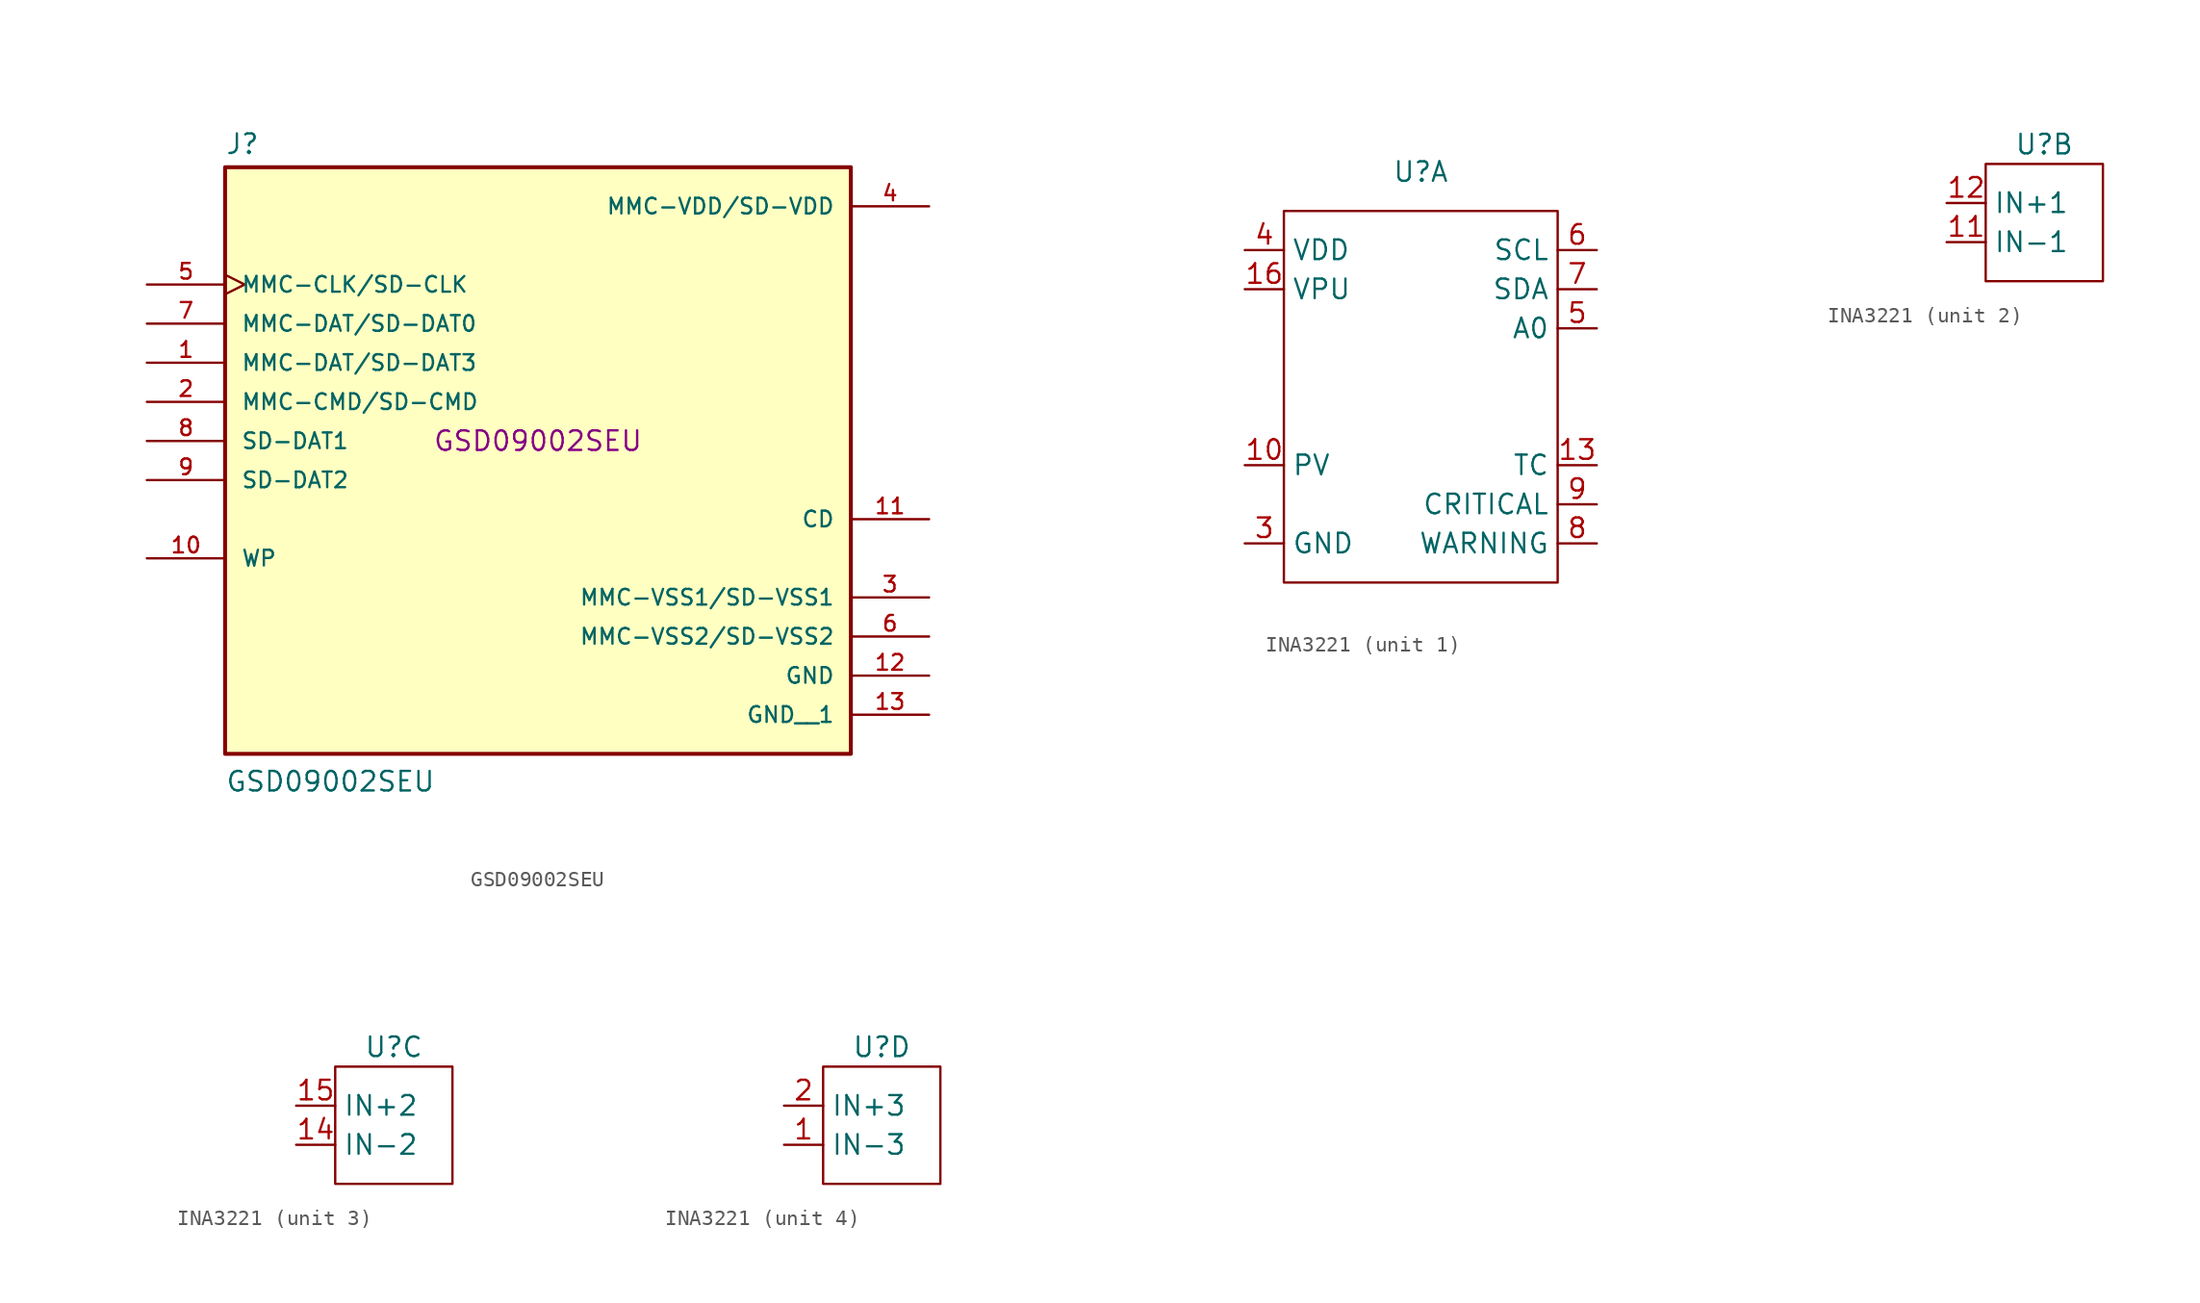
<source format=kicad_sym>
(kicad_symbol_lib
  (version 20220914)
  (generator kicad_symbol_editor)
  (symbol "GSD09002SEU"
    (pin_names
      (offset 1.016))
    (property "Reference" "J"
      (at -20.32 18.542 0)
      (effects (font (size 1.27 1.27)) (justify left bottom)))
    (property "Value" "GSD09002SEU"
      (at -20.32 -22.86 0)
      (effects (font (size 1.27 1.27)) (justify left bottom)))
    (property "Part Number" "GSD09002SEU"
      (at 0 0 0)
      (effects (font (size 1.27 1.27))))
    (symbol "GSD09002SEU_0_0"
      (rectangle (start -20.32 -20.32) (end 20.32 17.78) (stroke (width 0.254) (type default)) (fill (type background)))
      (pin bidirectional line (at -25.4 5.08 0) (length 5.08) (name "MMC-DAT/SD-DAT3" (effects (font (size 1.016 1.016)))) (number "1" (effects (font (size 1.016 1.016)))))
      (pin passive line (at -25.4 -7.62 0) (length 5.08) (name "WP" (effects (font (size 1.016 1.016)))) (number "10" (effects (font (size 1.016 1.016)))))
      (pin passive line (at 25.4 -5.08 180) (length 5.08) (name "CD" (effects (font (size 1.016 1.016)))) (number "11" (effects (font (size 1.016 1.016)))))
      (pin power_in line (at 25.4 -15.24 180) (length 5.08) (name "GND" (effects (font (size 1.016 1.016)))) (number "12" (effects (font (size 1.016 1.016)))))
      (pin power_in line (at 25.4 -17.78 180) (length 5.08) (name "GND__1" (effects (font (size 1.016 1.016)))) (number "13" (effects (font (size 1.016 1.016)))))
      (pin bidirectional line (at -25.4 2.54 0) (length 5.08) (name "MMC-CMD/SD-CMD" (effects (font (size 1.016 1.016)))) (number "2" (effects (font (size 1.016 1.016)))))
      (pin power_in line (at 25.4 -10.16 180) (length 5.08) (name "MMC-VSS1/SD-VSS1" (effects (font (size 1.016 1.016)))) (number "3" (effects (font (size 1.016 1.016)))))
      (pin power_in line (at 25.4 15.24 180) (length 5.08) (name "MMC-VDD/SD-VDD" (effects (font (size 1.016 1.016)))) (number "4" (effects (font (size 1.016 1.016)))))
      (pin bidirectional clock (at -25.4 10.16 0) (length 5.08) (name "MMC-CLK/SD-CLK" (effects (font (size 1.016 1.016)))) (number "5" (effects (font (size 1.016 1.016)))))
      (pin power_in line (at 25.4 -12.7 180) (length 5.08) (name "MMC-VSS2/SD-VSS2" (effects (font (size 1.016 1.016)))) (number "6" (effects (font (size 1.016 1.016)))))
      (pin bidirectional line (at -25.4 7.62 0) (length 5.08) (name "MMC-DAT/SD-DAT0" (effects (font (size 1.016 1.016)))) (number "7" (effects (font (size 1.016 1.016)))))
      (pin bidirectional line (at -25.4 0 0) (length 5.08) (name "SD-DAT1" (effects (font (size 1.016 1.016)))) (number "8" (effects (font (size 1.016 1.016)))))
      (pin bidirectional line (at -25.4 -2.54 0) (length 5.08) (name "SD-DAT2" (effects (font (size 1.016 1.016)))) (number "9" (effects (font (size 1.016 1.016)))))))
  (symbol "INA3221"
    (property "Reference" "U"
      (at 0 5.08 0)
      (effects (font (size 1.27 1.27))))
    (property "Value" ""
      (at -19.05 8.89 0)
      (effects (font (size 1.27 1.27))))
    (property "ki_locked" ""
      (at 0 0 0)
      (effects (font (size 1.27 1.27))))
    (symbol "INA3221_1_1"
      (rectangle (start -8.89 2.54) (end 8.89 -21.59) (stroke (width 0) (type default)) (fill (type none)))
      (pin open_collector line (at -11.43 -13.97 0) (length 2.54) (name "PV" (effects (font (size 1.27 1.27)))) (number "10" (effects (font (size 1.27 1.27)))))
      (pin output line (at 11.43 -13.97 180) (length 2.54) (name "TC" (effects (font (size 1.27 1.27)))) (number "13" (effects (font (size 1.27 1.27)))))
      (pin input line (at -11.43 -2.54 0) (length 2.54) (name "VPU" (effects (font (size 1.27 1.27)))) (number "16" (effects (font (size 1.27 1.27)))))
      (pin passive line (at -11.43 -19.05 0) (length 2.54) (name "GND" (effects (font (size 1.27 1.27)))) (number "3" (effects (font (size 1.27 1.27)))))
      (pin power_in line (at -11.43 0 0) (length 2.54) (name "VDD" (effects (font (size 1.27 1.27)))) (number "4" (effects (font (size 1.27 1.27)))))
      (pin input line (at 11.43 -5.08 180) (length 2.54) (name "A0" (effects (font (size 1.27 1.27)))) (number "5" (effects (font (size 1.27 1.27)))))
      (pin input line (at 11.43 0 180) (length 2.54) (name "SCL" (effects (font (size 1.27 1.27)))) (number "6" (effects (font (size 1.27 1.27)))))
      (pin bidirectional line (at 11.43 -2.54 180) (length 2.54) (name "SDA" (effects (font (size 1.27 1.27)))) (number "7" (effects (font (size 1.27 1.27)))))
      (pin open_collector line (at 11.43 -19.05 180) (length 2.54) (name "WARNING" (effects (font (size 1.27 1.27)))) (number "8" (effects (font (size 1.27 1.27)))))
      (pin open_collector line (at 11.43 -16.51 180) (length 2.54) (name "CRITICAL" (effects (font (size 1.27 1.27)))) (number "9" (effects (font (size 1.27 1.27))))))
    (symbol "INA3221_2_1"
      (rectangle (start -3.81 3.81) (end 3.81 -3.81) (stroke (width 0) (type default)) (fill (type none)))
      (pin input line (at -6.35 -1.27 0) (length 2.54) (name "IN-1" (effects (font (size 1.27 1.27)))) (number "11" (effects (font (size 1.27 1.27)))))
      (pin input line (at -6.35 1.27 0) (length 2.54) (name "IN+1" (effects (font (size 1.27 1.27)))) (number "12" (effects (font (size 1.27 1.27))))))
    (symbol "INA3221_3_1"
      (rectangle (start -3.81 3.81) (end 3.81 -3.81) (stroke (width 0) (type default)) (fill (type none)))
      (pin input line (at -6.35 -1.27 0) (length 2.54) (name "IN-2" (effects (font (size 1.27 1.27)))) (number "14" (effects (font (size 1.27 1.27)))))
      (pin input line (at -6.35 1.27 0) (length 2.54) (name "IN+2" (effects (font (size 1.27 1.27)))) (number "15" (effects (font (size 1.27 1.27))))))
    (symbol "INA3221_4_1"
      (rectangle (start -3.81 3.81) (end 3.81 -3.81) (stroke (width 0) (type default)) (fill (type none)))
      (pin input line (at -6.35 -1.27 0) (length 2.54) (name "IN-3" (effects (font (size 1.27 1.27)))) (number "1" (effects (font (size 1.27 1.27)))))
      (pin input line (at -6.35 1.27 0) (length 2.54) (name "IN+3" (effects (font (size 1.27 1.27)))) (number "2" (effects (font (size 1.27 1.27))))))))
</source>
